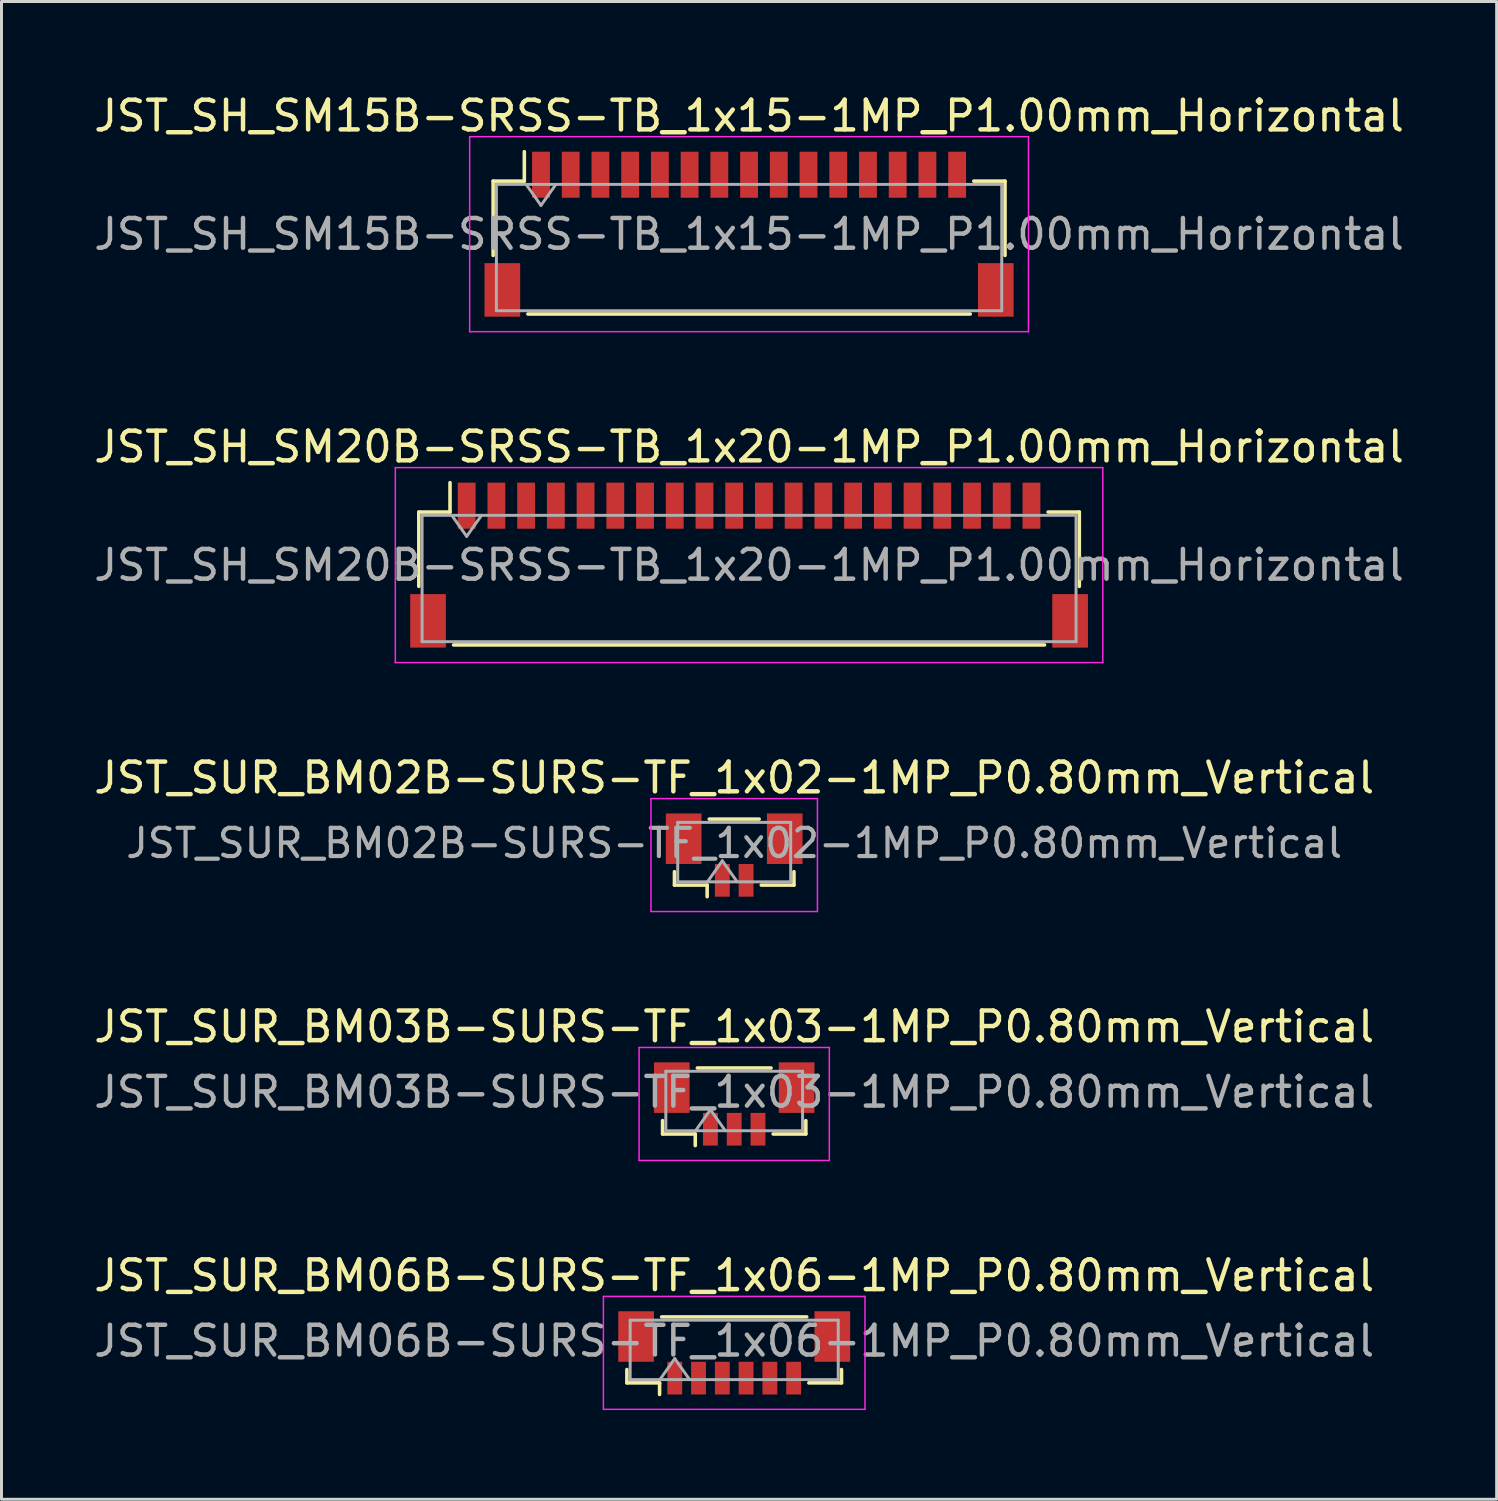
<source format=kicad_pcb>
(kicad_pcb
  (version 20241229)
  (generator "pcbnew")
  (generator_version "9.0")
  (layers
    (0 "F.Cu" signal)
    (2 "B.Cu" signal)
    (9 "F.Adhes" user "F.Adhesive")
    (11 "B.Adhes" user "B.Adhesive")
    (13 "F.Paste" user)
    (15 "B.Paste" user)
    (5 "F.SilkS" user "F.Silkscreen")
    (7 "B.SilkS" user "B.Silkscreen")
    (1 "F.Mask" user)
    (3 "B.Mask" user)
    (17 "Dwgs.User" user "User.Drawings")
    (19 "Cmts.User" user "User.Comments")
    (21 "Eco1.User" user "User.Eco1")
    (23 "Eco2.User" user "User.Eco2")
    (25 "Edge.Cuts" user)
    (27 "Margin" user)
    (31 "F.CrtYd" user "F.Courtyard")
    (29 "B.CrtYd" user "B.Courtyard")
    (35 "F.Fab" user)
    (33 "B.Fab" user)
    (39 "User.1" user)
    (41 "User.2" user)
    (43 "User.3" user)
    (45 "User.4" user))
  (footprint "JST_SH_SM15B-SRSS-TB_1x15-1MP_P1.00mm_Horizontal"
    (layer "F.Cu")
    (at 22.149 4.828)
    (property "Reference" "JST_SH_SM15B-SRSS-TB_1x15-1MP_P1.00mm_Horizontal" (at 0 -3.98 0) (layer "F.SilkS") (effects (font (size 1 1) (thickness 0.15))))
    (attr smd)
    (fp_line (start -8.61 -1.785) (end -7.56 -1.785) (stroke (width 0.12) (type solid)) (layer "F.SilkS"))
    (fp_line (start -8.61 0.715) (end -8.61 -1.785) (stroke (width 0.12) (type solid)) (layer "F.SilkS"))
    (fp_line (start -7.56 -1.785) (end -7.56 -2.775) (stroke (width 0.12) (type solid)) (layer "F.SilkS"))
    (fp_line (start -7.44 2.685) (end 7.44 2.685) (stroke (width 0.12) (type solid)) (layer "F.SilkS"))
    (fp_line (start 8.61 -1.785) (end 7.56 -1.785) (stroke (width 0.12) (type solid)) (layer "F.SilkS"))
    (fp_line (start 8.61 0.715) (end 8.61 -1.785) (stroke (width 0.12) (type solid)) (layer "F.SilkS"))
    (fp_line (start -9.4 -3.28) (end -9.4 3.28) (stroke (width 0.05) (type solid)) (layer "F.CrtYd"))
    (fp_line (start -9.4 3.28) (end 9.4 3.28) (stroke (width 0.05) (type solid)) (layer "F.CrtYd"))
    (fp_line (start 9.4 -3.28) (end -9.4 -3.28) (stroke (width 0.05) (type solid)) (layer "F.CrtYd"))
    (fp_line (start 9.4 3.28) (end 9.4 -3.28) (stroke (width 0.05) (type solid)) (layer "F.CrtYd"))
    (fp_line (start -8.5 -1.675) (end -8.5 2.575) (stroke (width 0.1) (type solid)) (layer "F.Fab"))
    (fp_line (start -8.5 -1.675) (end 8.5 -1.675) (stroke (width 0.1) (type solid)) (layer "F.Fab"))
    (fp_line (start -8.5 2.575) (end 8.5 2.575) (stroke (width 0.1) (type solid)) (layer "F.Fab"))
    (fp_line (start -7.5 -1.675) (end -7 -0.968) (stroke (width 0.1) (type solid)) (layer "F.Fab"))
    (fp_line (start -7 -0.968) (end -6.5 -1.675) (stroke (width 0.1) (type solid)) (layer "F.Fab"))
    (fp_line (start 8.5 -1.675) (end 8.5 2.575) (stroke (width 0.1) (type solid)) (layer "F.Fab"))
    (fp_text user "${REFERENCE}" (at 0 0 0) (layer "F.Fab") (effects (font (size 1 1) (thickness 0.15))))
    (pad "1" smd rect (at -7 -2) (size 0.6 1.55) (layers "F.Cu" "F.Mask" "F.Paste"))
    (pad "2" smd rect (at -6 -2) (size 0.6 1.55) (layers "F.Cu" "F.Mask" "F.Paste"))
    (pad "3" smd rect (at -5 -2) (size 0.6 1.55) (layers "F.Cu" "F.Mask" "F.Paste"))
    (pad "4" smd rect (at -4 -2) (size 0.6 1.55) (layers "F.Cu" "F.Mask" "F.Paste"))
    (pad "5" smd rect (at -3 -2) (size 0.6 1.55) (layers "F.Cu" "F.Mask" "F.Paste"))
    (pad "6" smd rect (at -2 -2) (size 0.6 1.55) (layers "F.Cu" "F.Mask" "F.Paste"))
    (pad "7" smd rect (at -1 -2) (size 0.6 1.55) (layers "F.Cu" "F.Mask" "F.Paste"))
    (pad "8" smd rect (at 0 -2) (size 0.6 1.55) (layers "F.Cu" "F.Mask" "F.Paste"))
    (pad "9" smd rect (at 1 -2) (size 0.6 1.55) (layers "F.Cu" "F.Mask" "F.Paste"))
    (pad "10" smd rect (at 2 -2) (size 0.6 1.55) (layers "F.Cu" "F.Mask" "F.Paste"))
    (pad "11" smd rect (at 3 -2) (size 0.6 1.55) (layers "F.Cu" "F.Mask" "F.Paste"))
    (pad "12" smd rect (at 4 -2) (size 0.6 1.55) (layers "F.Cu" "F.Mask" "F.Paste"))
    (pad "13" smd rect (at 5 -2) (size 0.6 1.55) (layers "F.Cu" "F.Mask" "F.Paste"))
    (pad "14" smd rect (at 6 -2) (size 0.6 1.55) (layers "F.Cu" "F.Mask" "F.Paste"))
    (pad "15" smd rect (at 7 -2) (size 0.6 1.55) (layers "F.Cu" "F.Mask" "F.Paste"))
    (pad "MP" smd rect (at -8.3 1.875) (size 1.2 1.8) (layers "F.Cu" "F.Mask" "F.Paste"))
    (pad "MP" smd rect (at 8.3 1.875) (size 1.2 1.8) (layers "F.Cu" "F.Mask" "F.Paste")))
  (footprint "JST_SUR_BM02B-SURS-TF_1x02-1MP_P0.80mm_Vertical"
    (layer "F.Cu")
    (at 21.649 25.715)
    (property "Reference" "JST_SUR_BM02B-SURS-TF_1x02-1MP_P0.80mm_Vertical" (at 0 -2.6 0) (layer "F.SilkS") (effects (font (size 1 1) (thickness 0.15))))
    (attr smd)
    (fp_line (start -2.01 0.56) (end -2.01 1.01) (stroke (width 0.12) (type solid)) (layer "F.SilkS"))
    (fp_line (start -2.01 1.01) (end -0.91 1.01) (stroke (width 0.12) (type solid)) (layer "F.SilkS"))
    (fp_line (start -0.91 1.01) (end -0.91 1.4) (stroke (width 0.12) (type solid)) (layer "F.SilkS"))
    (fp_line (start -0.84 -1.21) (end 0.84 -1.21) (stroke (width 0.12) (type solid)) (layer "F.SilkS"))
    (fp_line (start 2.01 0.56) (end 2.01 1.01) (stroke (width 0.12) (type solid)) (layer "F.SilkS"))
    (fp_line (start 2.01 1.01) (end 0.91 1.01) (stroke (width 0.12) (type solid)) (layer "F.SilkS"))
    (fp_line (start -2.8 -1.9) (end -2.8 1.9) (stroke (width 0.05) (type solid)) (layer "F.CrtYd"))
    (fp_line (start -2.8 1.9) (end 2.8 1.9) (stroke (width 0.05) (type solid)) (layer "F.CrtYd"))
    (fp_line (start 2.8 -1.9) (end -2.8 -1.9) (stroke (width 0.05) (type solid)) (layer "F.CrtYd"))
    (fp_line (start 2.8 1.9) (end 2.8 -1.9) (stroke (width 0.05) (type solid)) (layer "F.CrtYd"))
    (fp_line (start -1.9 -1.1) (end 1.9 -1.1) (stroke (width 0.1) (type solid)) (layer "F.Fab"))
    (fp_line (start -1.9 0.9) (end -1.9 -1.1) (stroke (width 0.1) (type solid)) (layer "F.Fab"))
    (fp_line (start -1.9 0.9) (end 1.9 0.9) (stroke (width 0.1) (type solid)) (layer "F.Fab"))
    (fp_line (start -0.9 0.9) (end -0.4 0.193) (stroke (width 0.1) (type solid)) (layer "F.Fab"))
    (fp_line (start -0.4 0.193) (end 0.1 0.9) (stroke (width 0.1) (type solid)) (layer "F.Fab"))
    (fp_line (start 1.9 0.9) (end 1.9 -1.1) (stroke (width 0.1) (type solid)) (layer "F.Fab"))
    (fp_text user "${REFERENCE}" (at 0 -0.4 0) (layer "F.Fab") (effects (font (size 0.95 0.95) (thickness 0.14))))
    (pad "1" smd rect (at -0.4 0.85) (size 0.5 1.1) (layers "F.Cu" "F.Mask" "F.Paste"))
    (pad "2" smd rect (at 0.4 0.85) (size 0.5 1.1) (layers "F.Cu" "F.Mask" "F.Paste"))
    (pad "MP" smd rect (at -1.7 -0.55) (size 1.2 1.7) (layers "F.Cu" "F.Mask" "F.Paste"))
    (pad "MP" smd rect (at 1.7 -0.55) (size 1.2 1.7) (layers "F.Cu" "F.Mask" "F.Paste")))
  (footprint "JST_SUR_BM06B-SURS-TF_1x06-1MP_P0.80mm_Vertical"
    (layer "F.Cu")
    (at 21.649 42.461)
    (property "Reference" "JST_SUR_BM06B-SURS-TF_1x06-1MP_P0.80mm_Vertical" (at 0 -2.6 0) (layer "F.SilkS") (effects (font (size 1 1) (thickness 0.15))))
    (attr smd)
    (fp_line (start -3.61 0.56) (end -3.61 1.01) (stroke (width 0.12) (type solid)) (layer "F.SilkS"))
    (fp_line (start -3.61 1.01) (end -2.51 1.01) (stroke (width 0.12) (type solid)) (layer "F.SilkS"))
    (fp_line (start -2.51 1.01) (end -2.51 1.4) (stroke (width 0.12) (type solid)) (layer "F.SilkS"))
    (fp_line (start -2.44 -1.21) (end 2.44 -1.21) (stroke (width 0.12) (type solid)) (layer "F.SilkS"))
    (fp_line (start 3.61 0.56) (end 3.61 1.01) (stroke (width 0.12) (type solid)) (layer "F.SilkS"))
    (fp_line (start 3.61 1.01) (end 2.51 1.01) (stroke (width 0.12) (type solid)) (layer "F.SilkS"))
    (fp_line (start -4.4 -1.9) (end -4.4 1.9) (stroke (width 0.05) (type solid)) (layer "F.CrtYd"))
    (fp_line (start -4.4 1.9) (end 4.4 1.9) (stroke (width 0.05) (type solid)) (layer "F.CrtYd"))
    (fp_line (start 4.4 -1.9) (end -4.4 -1.9) (stroke (width 0.05) (type solid)) (layer "F.CrtYd"))
    (fp_line (start 4.4 1.9) (end 4.4 -1.9) (stroke (width 0.05) (type solid)) (layer "F.CrtYd"))
    (fp_line (start -3.5 -1.1) (end 3.5 -1.1) (stroke (width 0.1) (type solid)) (layer "F.Fab"))
    (fp_line (start -3.5 0.9) (end -3.5 -1.1) (stroke (width 0.1) (type solid)) (layer "F.Fab"))
    (fp_line (start -3.5 0.9) (end 3.5 0.9) (stroke (width 0.1) (type solid)) (layer "F.Fab"))
    (fp_line (start -2.5 0.9) (end -2 0.193) (stroke (width 0.1) (type solid)) (layer "F.Fab"))
    (fp_line (start -2 0.193) (end -1.5 0.9) (stroke (width 0.1) (type solid)) (layer "F.Fab"))
    (fp_line (start 3.5 0.9) (end 3.5 -1.1) (stroke (width 0.1) (type solid)) (layer "F.Fab"))
    (fp_text user "${REFERENCE}" (at 0 -0.4 0) (layer "F.Fab") (effects (font (size 1 1) (thickness 0.15))))
    (pad "1" smd rect (at -2 0.85) (size 0.5 1.1) (layers "F.Cu" "F.Mask" "F.Paste"))
    (pad "2" smd rect (at -1.2 0.85) (size 0.5 1.1) (layers "F.Cu" "F.Mask" "F.Paste"))
    (pad "3" smd rect (at -0.4 0.85) (size 0.5 1.1) (layers "F.Cu" "F.Mask" "F.Paste"))
    (pad "4" smd rect (at 0.4 0.85) (size 0.5 1.1) (layers "F.Cu" "F.Mask" "F.Paste"))
    (pad "5" smd rect (at 1.2 0.85) (size 0.5 1.1) (layers "F.Cu" "F.Mask" "F.Paste"))
    (pad "6" smd rect (at 2 0.85) (size 0.5 1.1) (layers "F.Cu" "F.Mask" "F.Paste"))
    (pad "MP" smd rect (at -3.3 -0.55) (size 1.2 1.7) (layers "F.Cu" "F.Mask" "F.Paste"))
    (pad "MP" smd rect (at 3.3 -0.55) (size 1.2 1.7) (layers "F.Cu" "F.Mask" "F.Paste")))
  (footprint "JST_SUR_BM03B-SURS-TF_1x03-1MP_P0.80mm_Vertical"
    (layer "F.Cu")
    (at 21.649 34.088)
    (property "Reference" "JST_SUR_BM03B-SURS-TF_1x03-1MP_P0.80mm_Vertical" (at 0 -2.6 0) (layer "F.SilkS") (effects (font (size 1 1) (thickness 0.15))))
    (attr smd)
    (fp_line (start -2.41 0.56) (end -2.41 1.01) (stroke (width 0.12) (type solid)) (layer "F.SilkS"))
    (fp_line (start -2.41 1.01) (end -1.31 1.01) (stroke (width 0.12) (type solid)) (layer "F.SilkS"))
    (fp_line (start -1.31 1.01) (end -1.31 1.4) (stroke (width 0.12) (type solid)) (layer "F.SilkS"))
    (fp_line (start -1.24 -1.21) (end 1.24 -1.21) (stroke (width 0.12) (type solid)) (layer "F.SilkS"))
    (fp_line (start 2.41 0.56) (end 2.41 1.01) (stroke (width 0.12) (type solid)) (layer "F.SilkS"))
    (fp_line (start 2.41 1.01) (end 1.31 1.01) (stroke (width 0.12) (type solid)) (layer "F.SilkS"))
    (fp_line (start -3.2 -1.9) (end -3.2 1.9) (stroke (width 0.05) (type solid)) (layer "F.CrtYd"))
    (fp_line (start -3.2 1.9) (end 3.2 1.9) (stroke (width 0.05) (type solid)) (layer "F.CrtYd"))
    (fp_line (start 3.2 -1.9) (end -3.2 -1.9) (stroke (width 0.05) (type solid)) (layer "F.CrtYd"))
    (fp_line (start 3.2 1.9) (end 3.2 -1.9) (stroke (width 0.05) (type solid)) (layer "F.CrtYd"))
    (fp_line (start -2.3 -1.1) (end 2.3 -1.1) (stroke (width 0.1) (type solid)) (layer "F.Fab"))
    (fp_line (start -2.3 0.9) (end -2.3 -1.1) (stroke (width 0.1) (type solid)) (layer "F.Fab"))
    (fp_line (start -2.3 0.9) (end 2.3 0.9) (stroke (width 0.1) (type solid)) (layer "F.Fab"))
    (fp_line (start -1.3 0.9) (end -0.8 0.193) (stroke (width 0.1) (type solid)) (layer "F.Fab"))
    (fp_line (start -0.8 0.193) (end -0.3 0.9) (stroke (width 0.1) (type solid)) (layer "F.Fab"))
    (fp_line (start 2.3 0.9) (end 2.3 -1.1) (stroke (width 0.1) (type solid)) (layer "F.Fab"))
    (fp_text user "${REFERENCE}" (at 0 -0.4 0) (layer "F.Fab") (effects (font (size 1 1) (thickness 0.15))))
    (pad "1" smd rect (at -0.8 0.85) (size 0.5 1.1) (layers "F.Cu" "F.Mask" "F.Paste"))
    (pad "2" smd rect (at 0 0.85) (size 0.5 1.1) (layers "F.Cu" "F.Mask" "F.Paste"))
    (pad "3" smd rect (at 0.8 0.85) (size 0.5 1.1) (layers "F.Cu" "F.Mask" "F.Paste"))
    (pad "MP" smd rect (at -2.1 -0.55) (size 1.2 1.7) (layers "F.Cu" "F.Mask" "F.Paste"))
    (pad "MP" smd rect (at 2.1 -0.55) (size 1.2 1.7) (layers "F.Cu" "F.Mask" "F.Paste")))
  (footprint "JST_SH_SM20B-SRSS-TB_1x20-1MP_P1.00mm_Horizontal"
    (layer "F.Cu")
    (at 22.149 15.961)
    (property "Reference" "JST_SH_SM20B-SRSS-TB_1x20-1MP_P1.00mm_Horizontal" (at 0 -3.98 0) (layer "F.SilkS") (effects (font (size 1 1) (thickness 0.15))))
    (attr smd)
    (fp_line (start -11.11 -1.785) (end -10.06 -1.785) (stroke (width 0.12) (type solid)) (layer "F.SilkS"))
    (fp_line (start -11.11 0.715) (end -11.11 -1.785) (stroke (width 0.12) (type solid)) (layer "F.SilkS"))
    (fp_line (start -10.06 -1.785) (end -10.06 -2.775) (stroke (width 0.12) (type solid)) (layer "F.SilkS"))
    (fp_line (start -9.94 2.685) (end 9.94 2.685) (stroke (width 0.12) (type solid)) (layer "F.SilkS"))
    (fp_line (start 11.11 -1.785) (end 10.06 -1.785) (stroke (width 0.12) (type solid)) (layer "F.SilkS"))
    (fp_line (start 11.11 0.715) (end 11.11 -1.785) (stroke (width 0.12) (type solid)) (layer "F.SilkS"))
    (fp_line (start -11.9 -3.28) (end -11.9 3.28) (stroke (width 0.05) (type solid)) (layer "F.CrtYd"))
    (fp_line (start -11.9 3.28) (end 11.9 3.28) (stroke (width 0.05) (type solid)) (layer "F.CrtYd"))
    (fp_line (start 11.9 -3.28) (end -11.9 -3.28) (stroke (width 0.05) (type solid)) (layer "F.CrtYd"))
    (fp_line (start 11.9 3.28) (end 11.9 -3.28) (stroke (width 0.05) (type solid)) (layer "F.CrtYd"))
    (fp_line (start -11 -1.675) (end -11 2.575) (stroke (width 0.1) (type solid)) (layer "F.Fab"))
    (fp_line (start -11 -1.675) (end 11 -1.675) (stroke (width 0.1) (type solid)) (layer "F.Fab"))
    (fp_line (start -11 2.575) (end 11 2.575) (stroke (width 0.1) (type solid)) (layer "F.Fab"))
    (fp_line (start -10 -1.675) (end -9.5 -0.968) (stroke (width 0.1) (type solid)) (layer "F.Fab"))
    (fp_line (start -9.5 -0.968) (end -9 -1.675) (stroke (width 0.1) (type solid)) (layer "F.Fab"))
    (fp_line (start 11 -1.675) (end 11 2.575) (stroke (width 0.1) (type solid)) (layer "F.Fab"))
    (fp_text user "${REFERENCE}" (at 0 0 0) (layer "F.Fab") (effects (font (size 1 1) (thickness 0.15))))
    (pad "1" smd rect (at -9.5 -2) (size 0.6 1.55) (layers "F.Cu" "F.Mask" "F.Paste"))
    (pad "2" smd rect (at -8.5 -2) (size 0.6 1.55) (layers "F.Cu" "F.Mask" "F.Paste"))
    (pad "3" smd rect (at -7.5 -2) (size 0.6 1.55) (layers "F.Cu" "F.Mask" "F.Paste"))
    (pad "4" smd rect (at -6.5 -2) (size 0.6 1.55) (layers "F.Cu" "F.Mask" "F.Paste"))
    (pad "5" smd rect (at -5.5 -2) (size 0.6 1.55) (layers "F.Cu" "F.Mask" "F.Paste"))
    (pad "6" smd rect (at -4.5 -2) (size 0.6 1.55) (layers "F.Cu" "F.Mask" "F.Paste"))
    (pad "7" smd rect (at -3.5 -2) (size 0.6 1.55) (layers "F.Cu" "F.Mask" "F.Paste"))
    (pad "8" smd rect (at -2.5 -2) (size 0.6 1.55) (layers "F.Cu" "F.Mask" "F.Paste"))
    (pad "9" smd rect (at -1.5 -2) (size 0.6 1.55) (layers "F.Cu" "F.Mask" "F.Paste"))
    (pad "10" smd rect (at -0.5 -2) (size 0.6 1.55) (layers "F.Cu" "F.Mask" "F.Paste"))
    (pad "11" smd rect (at 0.5 -2) (size 0.6 1.55) (layers "F.Cu" "F.Mask" "F.Paste"))
    (pad "12" smd rect (at 1.5 -2) (size 0.6 1.55) (layers "F.Cu" "F.Mask" "F.Paste"))
    (pad "13" smd rect (at 2.5 -2) (size 0.6 1.55) (layers "F.Cu" "F.Mask" "F.Paste"))
    (pad "14" smd rect (at 3.5 -2) (size 0.6 1.55) (layers "F.Cu" "F.Mask" "F.Paste"))
    (pad "15" smd rect (at 4.5 -2) (size 0.6 1.55) (layers "F.Cu" "F.Mask" "F.Paste"))
    (pad "16" smd rect (at 5.5 -2) (size 0.6 1.55) (layers "F.Cu" "F.Mask" "F.Paste"))
    (pad "17" smd rect (at 6.5 -2) (size 0.6 1.55) (layers "F.Cu" "F.Mask" "F.Paste"))
    (pad "18" smd rect (at 7.5 -2) (size 0.6 1.55) (layers "F.Cu" "F.Mask" "F.Paste"))
    (pad "19" smd rect (at 8.5 -2) (size 0.6 1.55) (layers "F.Cu" "F.Mask" "F.Paste"))
    (pad "20" smd rect (at 9.5 -2) (size 0.6 1.55) (layers "F.Cu" "F.Mask" "F.Paste"))
    (pad "MP" smd rect (at -10.8 1.875) (size 1.2 1.8) (layers "F.Cu" "F.Mask" "F.Paste"))
    (pad "MP" smd rect (at 10.8 1.875) (size 1.2 1.8) (layers "F.Cu" "F.Mask" "F.Paste")))
  (gr_rect
    (start -3 -3)
    (end 47.298 47.386)
    (stroke (width 0.1) (type default))
    (fill no)
    (layer "Edge.Cuts")))
</source>
